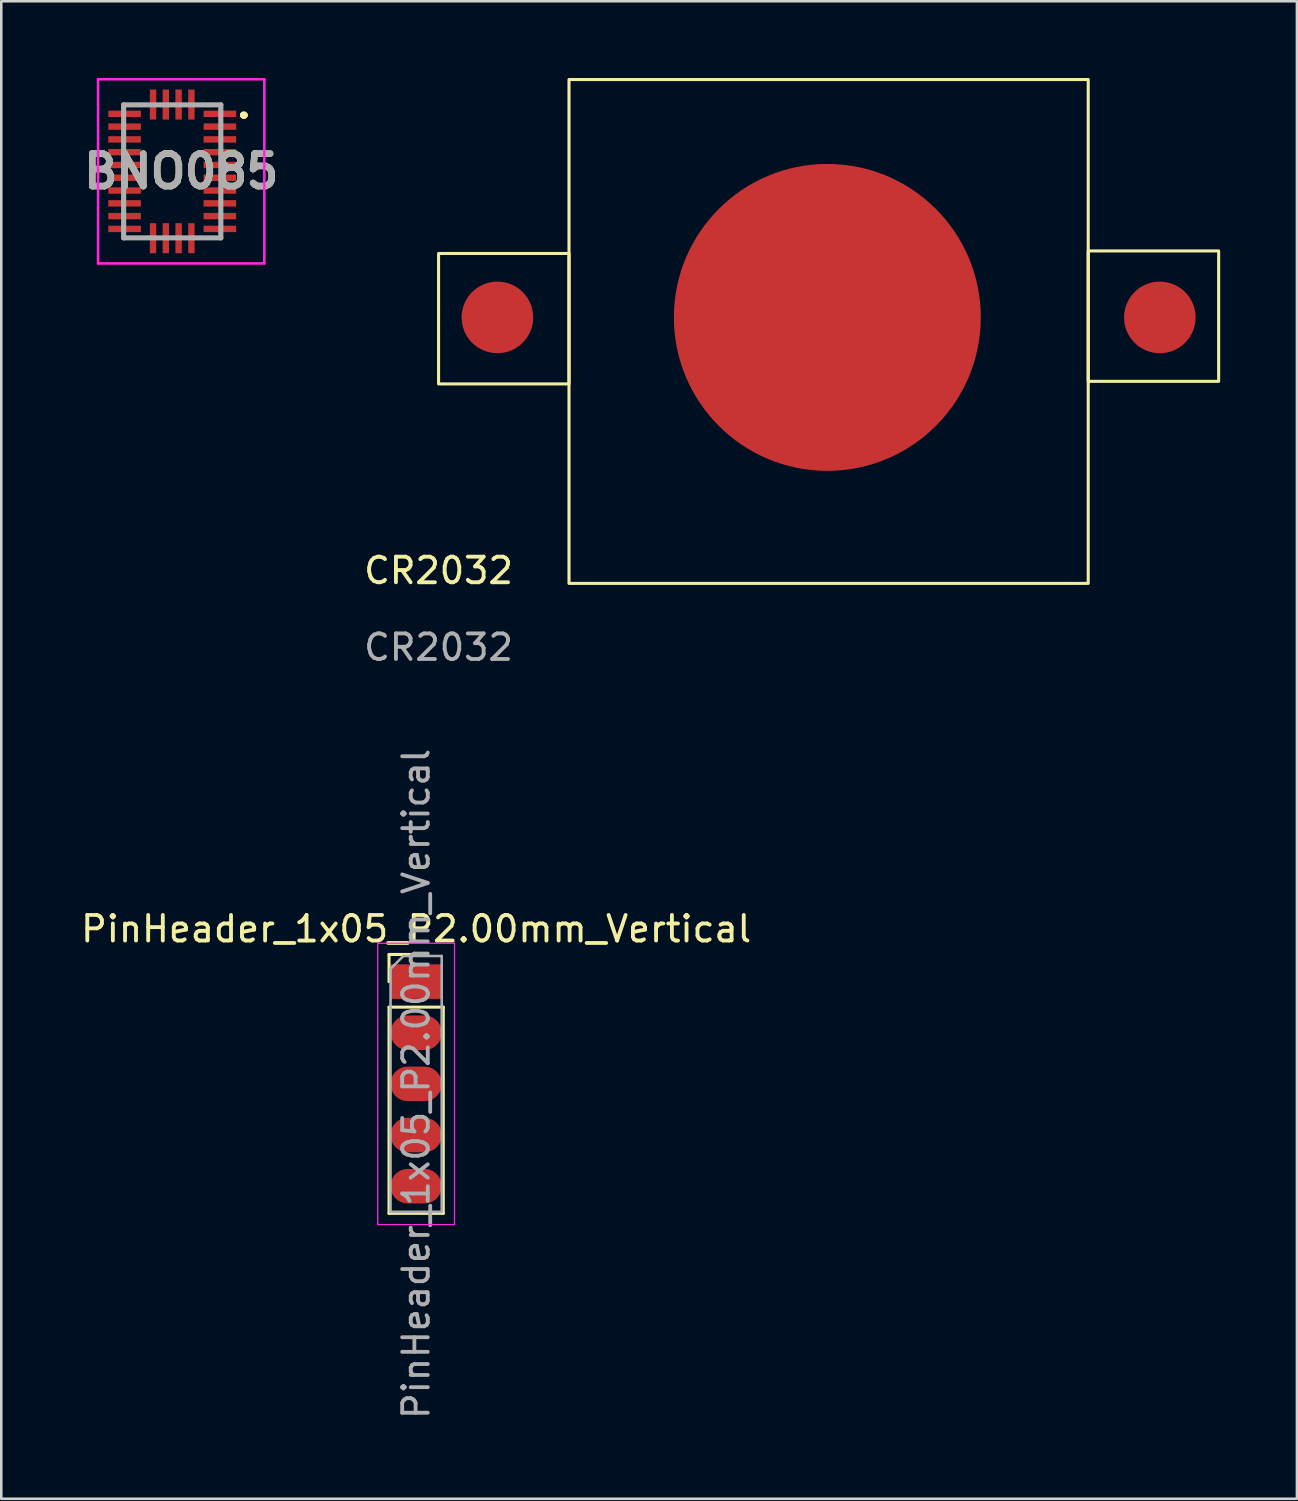
<source format=kicad_pcb>
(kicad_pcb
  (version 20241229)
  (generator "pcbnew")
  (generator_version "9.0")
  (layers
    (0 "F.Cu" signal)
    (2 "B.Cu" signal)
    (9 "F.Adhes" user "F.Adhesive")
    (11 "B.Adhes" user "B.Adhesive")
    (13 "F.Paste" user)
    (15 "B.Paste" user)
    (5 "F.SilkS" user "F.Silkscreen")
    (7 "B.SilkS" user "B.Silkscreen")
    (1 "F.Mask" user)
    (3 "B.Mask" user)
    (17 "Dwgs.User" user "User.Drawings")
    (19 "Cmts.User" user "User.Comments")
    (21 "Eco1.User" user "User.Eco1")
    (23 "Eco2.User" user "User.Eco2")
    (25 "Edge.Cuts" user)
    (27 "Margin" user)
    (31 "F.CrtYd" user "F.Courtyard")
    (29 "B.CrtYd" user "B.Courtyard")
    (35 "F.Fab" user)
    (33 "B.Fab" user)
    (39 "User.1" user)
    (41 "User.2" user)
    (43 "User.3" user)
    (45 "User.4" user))
  (footprint "PinHeader_1x05_P2.00mm_Vertical"
    (layer "F.Cu")
    (at 13.22 35.328)
    (property "Reference" "PinHeader_1x05_P2.00mm_Vertical" (at 0 -2.06 0) (layer "F.SilkS") (effects (font (size 1 1) (thickness 0.15))))
    (attr through_hole)
    (fp_line (start -1.06 -1.06) (end 0 -1.06) (stroke (width 0.12) (type solid)) (layer "F.SilkS"))
    (fp_line (start -1.06 0) (end -1.06 -1.06) (stroke (width 0.12) (type solid)) (layer "F.SilkS"))
    (fp_line (start -1.06 1) (end -1.06 9.06) (stroke (width 0.12) (type solid)) (layer "F.SilkS"))
    (fp_line (start -1.06 1) (end 1.06 1) (stroke (width 0.12) (type solid)) (layer "F.SilkS"))
    (fp_line (start -1.06 9.06) (end 1.06 9.06) (stroke (width 0.12) (type solid)) (layer "F.SilkS"))
    (fp_line (start 1.06 1) (end 1.06 9.06) (stroke (width 0.12) (type solid)) (layer "F.SilkS"))
    (fp_line (start -1.5 -1.5) (end -1.5 9.5) (stroke (width 0.05) (type solid)) (layer "F.CrtYd"))
    (fp_line (start -1.5 9.5) (end 1.5 9.5) (stroke (width 0.05) (type solid)) (layer "F.CrtYd"))
    (fp_line (start 1.5 -1.5) (end -1.5 -1.5) (stroke (width 0.05) (type solid)) (layer "F.CrtYd"))
    (fp_line (start 1.5 9.5) (end 1.5 -1.5) (stroke (width 0.05) (type solid)) (layer "F.CrtYd"))
    (fp_line (start -1 -0.5) (end -0.5 -1) (stroke (width 0.1) (type solid)) (layer "F.Fab"))
    (fp_line (start -1 9) (end -1 -0.5) (stroke (width 0.1) (type solid)) (layer "F.Fab"))
    (fp_line (start -0.5 -1) (end 1 -1) (stroke (width 0.1) (type solid)) (layer "F.Fab"))
    (fp_line (start 1 -1) (end 1 9) (stroke (width 0.1) (type solid)) (layer "F.Fab"))
    (fp_line (start 1 9) (end -1 9) (stroke (width 0.1) (type solid)) (layer "F.Fab"))
    (fp_text user "${REFERENCE}" (at 0 4 90) (layer "F.Fab") (effects (font (size 1 1) (thickness 0.15))))
    (pad "1" smd rect (at 0 0) (size 2 1.35) (layers "F.Cu" "F.Mask" "F.Paste"))
    (pad "2" smd oval (at 0 2) (size 2 1.35) (layers "F.Cu" "F.Mask" "F.Paste"))
    (pad "3" smd oval (at 0 4) (size 2 1.35) (layers "F.Cu" "F.Mask" "F.Paste"))
    (pad "4" smd oval (at 0 6) (size 2 1.35) (layers "F.Cu" "F.Mask" "F.Paste"))
    (pad "5" smd oval (at 0 8) (size 2 1.35) (layers "F.Cu" "F.Mask" "F.Paste")))
  (footprint "BNO085"
    (layer "F.Cu")
    (at 3.684 3.65)
    (property "Reference" "BNO085" (at 0.35 0 0) (layer "F.SilkS") (effects (font (size 1.27 1.27) (thickness 0.254))))
    (attr smd)
    (fp_line (start 2.75 -2.2) (end 2.75 -2.2) (stroke (width 0.2) (type solid)) (layer "F.SilkS"))
    (fp_line (start 2.75 -2.2) (end 2.75 -2.2) (stroke (width 0.2) (type solid)) (layer "F.SilkS"))
    (fp_line (start 2.85 -2.2) (end 2.85 -2.2) (stroke (width 0.2) (type solid)) (layer "F.SilkS"))
    (fp_arc (start 2.75 -2.2) (mid 2.8 -2.25) (end 2.85 -2.2) (stroke (width 0.2) (type solid)) (layer "F.SilkS"))
    (fp_arc (start 2.85 -2.2) (mid 2.8 -2.15) (end 2.75 -2.2) (stroke (width 0.2) (type solid)) (layer "F.SilkS"))
    (fp_arc (start 2.85 -2.2) (mid 2.8 -2.15) (end 2.75 -2.2) (stroke (width 0.2) (type solid)) (layer "F.SilkS"))
    (fp_line (start -2.9 -3.6) (end 3.6 -3.6) (stroke (width 0.1) (type solid)) (layer "F.CrtYd"))
    (fp_line (start -2.9 3.6) (end -2.9 -3.6) (stroke (width 0.1) (type solid)) (layer "F.CrtYd"))
    (fp_line (start 3.6 -3.6) (end 3.6 3.6) (stroke (width 0.1) (type solid)) (layer "F.CrtYd"))
    (fp_line (start 3.6 3.6) (end -2.9 3.6) (stroke (width 0.1) (type solid)) (layer "F.CrtYd"))
    (fp_line (start -1.9 -2.6) (end -1.9 2.6) (stroke (width 0.2) (type solid)) (layer "F.Fab"))
    (fp_line (start -1.9 2.6) (end 1.9 2.6) (stroke (width 0.2) (type solid)) (layer "F.Fab"))
    (fp_line (start 1.9 -2.6) (end -1.9 -2.6) (stroke (width 0.2) (type solid)) (layer "F.Fab"))
    (fp_line (start 1.9 2.6) (end 1.9 -2.6) (stroke (width 0.2) (type solid)) (layer "F.Fab"))
    (fp_text user "${REFERENCE}" (at 0.35 0 0) (layer "F.Fab") (effects (font (size 1.27 1.27) (thickness 0.254))))
    (pad "1" smd rect (at 1.863 -2.25 90) (size 0.25 1.274) (layers "F.Cu" "F.Mask" "F.Paste"))
    (pad "2" smd rect (at 0.75 -2.613) (size 0.25 1.175) (layers "F.Cu" "F.Mask" "F.Paste"))
    (pad "3" smd rect (at 0.25 -2.613) (size 0.25 1.175) (layers "F.Cu" "F.Mask" "F.Paste"))
    (pad "4" smd rect (at -0.25 -2.613) (size 0.25 1.175) (layers "F.Cu" "F.Mask" "F.Paste"))
    (pad "5" smd rect (at -0.75 -2.613) (size 0.25 1.175) (layers "F.Cu" "F.Mask" "F.Paste"))
    (pad "6" smd rect (at -1.863 -2.25 90) (size 0.25 1.274) (layers "F.Cu" "F.Mask" "F.Paste"))
    (pad "7" smd rect (at -1.863 -1.75 90) (size 0.25 1.274) (layers "F.Cu" "F.Mask" "F.Paste"))
    (pad "8" smd rect (at -1.863 -1.25 90) (size 0.25 1.274) (layers "F.Cu" "F.Mask" "F.Paste"))
    (pad "9" smd rect (at -1.863 -0.75 90) (size 0.25 1.274) (layers "F.Cu" "F.Mask" "F.Paste"))
    (pad "10" smd rect (at -1.863 -0.25 90) (size 0.25 1.274) (layers "F.Cu" "F.Mask" "F.Paste"))
    (pad "11" smd rect (at -1.863 0.25 90) (size 0.25 1.274) (layers "F.Cu" "F.Mask" "F.Paste"))
    (pad "12" smd rect (at -1.863 0.75 90) (size 0.25 1.274) (layers "F.Cu" "F.Mask" "F.Paste"))
    (pad "13" smd rect (at -1.863 1.25 90) (size 0.25 1.274) (layers "F.Cu" "F.Mask" "F.Paste"))
    (pad "14" smd rect (at -1.863 1.75 90) (size 0.25 1.274) (layers "F.Cu" "F.Mask" "F.Paste"))
    (pad "15" smd rect (at -1.863 2.25 90) (size 0.25 1.274) (layers "F.Cu" "F.Mask" "F.Paste"))
    (pad "16" smd rect (at -0.75 2.613) (size 0.25 1.175) (layers "F.Cu" "F.Mask" "F.Paste"))
    (pad "17" smd rect (at -0.25 2.613) (size 0.25 1.175) (layers "F.Cu" "F.Mask" "F.Paste"))
    (pad "18" smd rect (at 0.25 2.613) (size 0.25 1.175) (layers "F.Cu" "F.Mask" "F.Paste"))
    (pad "19" smd rect (at 0.75 2.613) (size 0.25 1.175) (layers "F.Cu" "F.Mask" "F.Paste"))
    (pad "20" smd rect (at 1.863 2.25 90) (size 0.25 1.274) (layers "F.Cu" "F.Mask" "F.Paste"))
    (pad "21" smd rect (at 1.863 1.75 90) (size 0.25 1.274) (layers "F.Cu" "F.Mask" "F.Paste"))
    (pad "22" smd rect (at 1.863 1.25 90) (size 0.25 1.274) (layers "F.Cu" "F.Mask" "F.Paste"))
    (pad "23" smd rect (at 1.863 0.75 90) (size 0.25 1.274) (layers "F.Cu" "F.Mask" "F.Paste"))
    (pad "24" smd rect (at 1.863 0.25 90) (size 0.25 1.274) (layers "F.Cu" "F.Mask" "F.Paste"))
    (pad "25" smd rect (at 1.863 -0.25 90) (size 0.25 1.274) (layers "F.Cu" "F.Mask" "F.Paste"))
    (pad "26" smd rect (at 1.863 -0.75 90) (size 0.25 1.274) (layers "F.Cu" "F.Mask" "F.Paste"))
    (pad "27" smd rect (at 1.863 -1.25 90) (size 0.25 1.274) (layers "F.Cu" "F.Mask" "F.Paste"))
    (pad "28" smd rect (at 1.863 -1.75 90) (size 0.25 1.274) (layers "F.Cu" "F.Mask" "F.Paste")))
  (footprint "CR2032"
    (layer "F.Cu")
    (at 14.097 19.76)
    (property "Reference" "CR2032" (at 0 -0.5 0) (unlocked yes) (layer "F.SilkS") (effects (font (size 1 1) (thickness 0.15))))
    (attr smd)
    (fp_rect (start 0 -12.9) (end 5.1 -7.8) (stroke (width 0.12) (type solid)) (fill no) (layer "F.SilkS"))
    (fp_rect (start 5.1 -19.7) (end 25.4 0) (stroke (width 0.12) (type solid)) (fill no) (layer "F.SilkS"))
    (fp_rect (start 25.4 -13) (end 30.5 -7.9) (stroke (width 0.12) (type solid)) (fill no) (layer "F.SilkS"))
    (fp_text user "${REFERENCE}" (at 0 2.5 0) (unlocked yes) (layer "F.Fab") (effects (font (size 1 1) (thickness 0.15))))
    (pad "1" smd circle (at 15.2 -10.4) (size 12 12) (layers "F.Cu" "F.Mask" "F.Paste"))
    (pad "2" smd circle (at 2.3 -10.4) (size 2.8 2.8) (layers "F.Cu" "F.Mask" "F.Paste"))
    (pad "2" smd circle (at 28.2 -10.4) (size 2.8 2.8) (layers "F.Cu" "F.Mask" "F.Paste")))
  (gr_rect
    (start -3 -3)
    (end 47.657 55.549)
    (stroke (width 0.1) (type default))
    (fill no)
    (layer "Edge.Cuts")))
</source>
